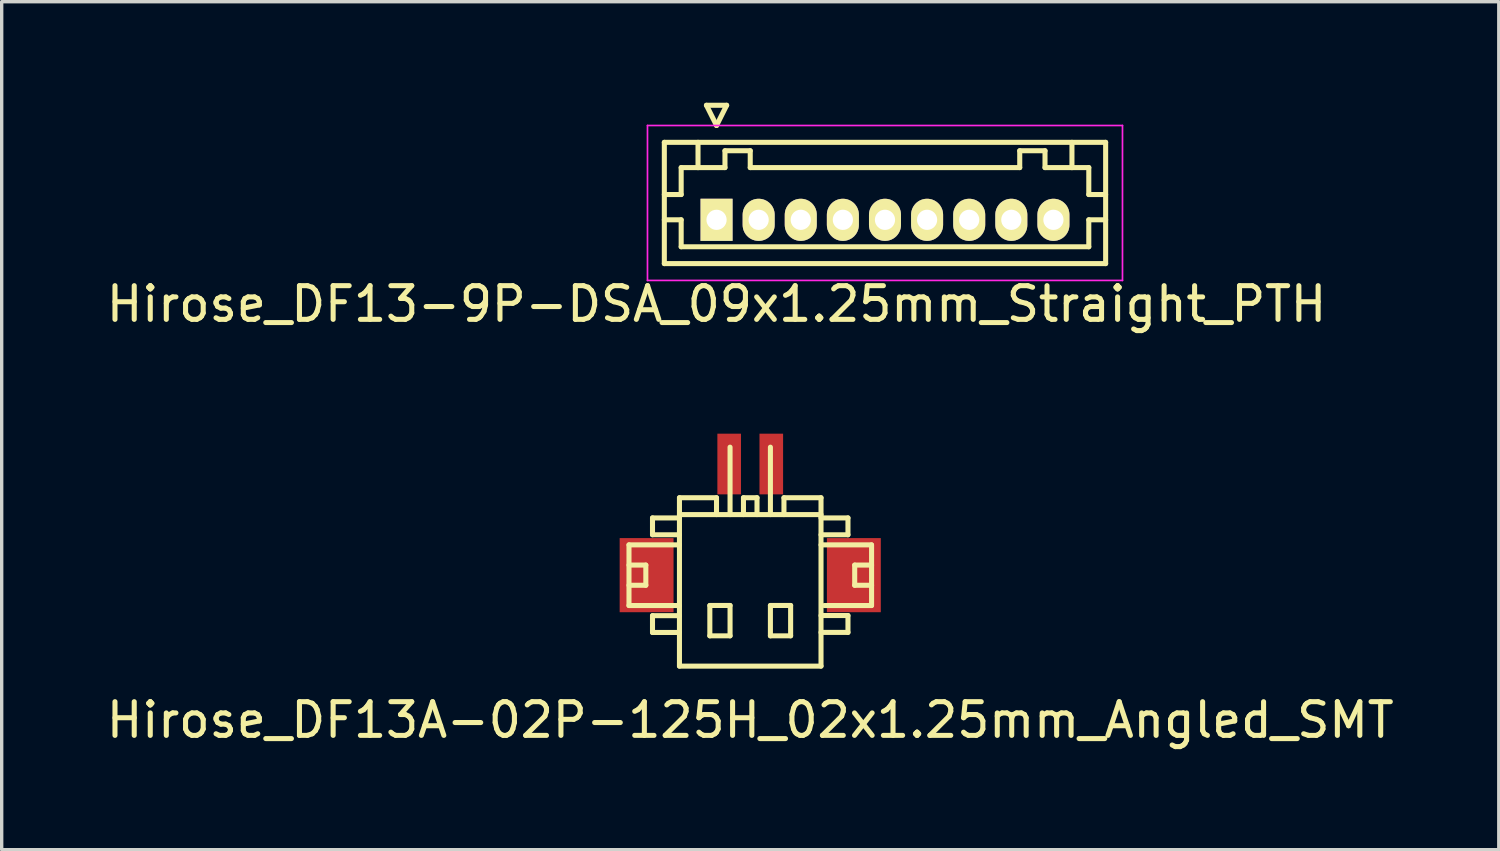
<source format=kicad_pcb>
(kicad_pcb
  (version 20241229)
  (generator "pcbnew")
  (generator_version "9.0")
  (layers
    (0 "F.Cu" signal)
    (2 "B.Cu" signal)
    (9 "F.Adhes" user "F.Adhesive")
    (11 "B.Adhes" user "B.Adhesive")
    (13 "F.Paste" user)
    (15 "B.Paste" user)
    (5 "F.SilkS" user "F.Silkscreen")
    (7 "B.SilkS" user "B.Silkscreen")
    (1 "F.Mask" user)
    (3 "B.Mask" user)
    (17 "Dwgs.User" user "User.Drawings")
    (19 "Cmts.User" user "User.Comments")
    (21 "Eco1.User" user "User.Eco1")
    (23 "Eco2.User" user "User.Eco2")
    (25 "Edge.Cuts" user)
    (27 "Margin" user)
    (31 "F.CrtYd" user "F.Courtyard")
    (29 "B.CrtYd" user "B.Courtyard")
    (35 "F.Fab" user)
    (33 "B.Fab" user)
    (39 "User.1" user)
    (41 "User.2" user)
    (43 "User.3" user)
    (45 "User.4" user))
  (footprint "Hirose_DF13-9P-DSA_09x1.25mm_Straight_PTH"
    (layer "F.Cu")
    (at 18.22 3.475)
    (property "Reference" "Hirose_DF13-9P-DSA_09x1.25mm_Straight_PTH" (at 0 2.5 0) (layer "F.SilkS") (effects (font (size 1 1) (thickness 0.15))))
    (attr through_hole)
    (fp_line (start -1.55 -2.3) (end -1.55 1.3) (stroke (width 0.15) (type solid)) (layer "F.SilkS"))
    (fp_line (start -1.55 -0.75) (end -1.05 -0.75) (stroke (width 0.15) (type solid)) (layer "F.SilkS"))
    (fp_line (start -1.55 0) (end -1.05 0) (stroke (width 0.15) (type solid)) (layer "F.SilkS"))
    (fp_line (start -1.55 1.3) (end 11.55 1.3) (stroke (width 0.15) (type solid)) (layer "F.SilkS"))
    (fp_line (start -1.05 -1.55) (end -0.55 -1.55) (stroke (width 0.15) (type solid)) (layer "F.SilkS"))
    (fp_line (start -1.05 -0.75) (end -1.05 -1.55) (stroke (width 0.15) (type solid)) (layer "F.SilkS"))
    (fp_line (start -1.05 0) (end -1.05 0.8) (stroke (width 0.15) (type solid)) (layer "F.SilkS"))
    (fp_line (start -1.05 0.8) (end 11.05 0.8) (stroke (width 0.15) (type solid)) (layer "F.SilkS"))
    (fp_line (start -0.55 -1.55) (end -0.55 -2.3) (stroke (width 0.15) (type solid)) (layer "F.SilkS"))
    (fp_line (start -0.55 -1.55) (end 0.25 -1.55) (stroke (width 0.15) (type solid)) (layer "F.SilkS"))
    (fp_line (start -0.3 -3.4) (end 0.3 -3.4) (stroke (width 0.15) (type solid)) (layer "F.SilkS"))
    (fp_line (start 0 -2.8) (end -0.3 -3.4) (stroke (width 0.15) (type solid)) (layer "F.SilkS"))
    (fp_line (start 0.25 -2.05) (end 1 -2.05) (stroke (width 0.15) (type solid)) (layer "F.SilkS"))
    (fp_line (start 0.25 -1.55) (end 0.25 -2.05) (stroke (width 0.15) (type solid)) (layer "F.SilkS"))
    (fp_line (start 0.3 -3.4) (end 0 -2.8) (stroke (width 0.15) (type solid)) (layer "F.SilkS"))
    (fp_line (start 1 -2.05) (end 1 -1.55) (stroke (width 0.15) (type solid)) (layer "F.SilkS"))
    (fp_line (start 1 -1.55) (end 9 -1.55) (stroke (width 0.15) (type solid)) (layer "F.SilkS"))
    (fp_line (start 9 -2.05) (end 9.75 -2.05) (stroke (width 0.15) (type solid)) (layer "F.SilkS"))
    (fp_line (start 9 -1.55) (end 9 -2.05) (stroke (width 0.15) (type solid)) (layer "F.SilkS"))
    (fp_line (start 9.75 -2.05) (end 9.75 -1.55) (stroke (width 0.15) (type solid)) (layer "F.SilkS"))
    (fp_line (start 9.75 -1.55) (end 10.55 -1.55) (stroke (width 0.15) (type solid)) (layer "F.SilkS"))
    (fp_line (start 10.55 -1.55) (end 10.55 -2.3) (stroke (width 0.15) (type solid)) (layer "F.SilkS"))
    (fp_line (start 11.05 -1.55) (end 10.55 -1.55) (stroke (width 0.15) (type solid)) (layer "F.SilkS"))
    (fp_line (start 11.05 -0.75) (end 11.05 -1.55) (stroke (width 0.15) (type solid)) (layer "F.SilkS"))
    (fp_line (start 11.05 0) (end 11.55 0) (stroke (width 0.15) (type solid)) (layer "F.SilkS"))
    (fp_line (start 11.05 0.8) (end 11.05 0) (stroke (width 0.15) (type solid)) (layer "F.SilkS"))
    (fp_line (start 11.55 -2.3) (end -1.55 -2.3) (stroke (width 0.15) (type solid)) (layer "F.SilkS"))
    (fp_line (start 11.55 -0.75) (end 11.05 -0.75) (stroke (width 0.15) (type solid)) (layer "F.SilkS"))
    (fp_line (start 11.55 1.3) (end 11.55 -2.3) (stroke (width 0.15) (type solid)) (layer "F.SilkS"))
    (fp_line (start -2.05 -2.8) (end -2.05 1.8) (stroke (width 0.05) (type solid)) (layer "F.CrtYd"))
    (fp_line (start -2.05 1.8) (end 12.05 1.8) (stroke (width 0.05) (type solid)) (layer "F.CrtYd"))
    (fp_line (start 12.05 -2.8) (end -2.05 -2.8) (stroke (width 0.05) (type solid)) (layer "F.CrtYd"))
    (fp_line (start 12.05 1.8) (end 12.05 -2.8) (stroke (width 0.05) (type solid)) (layer "F.CrtYd"))
    (pad "1" thru_hole rect (at 0 0) (size 0.95 1.25) (drill 0.6) (layers "*.Cu" "*.Mask" "F.SilkS"))
    (pad "2" thru_hole oval (at 1.25 0) (size 0.95 1.25) (drill 0.6) (layers "*.Cu" "*.Mask" "F.SilkS"))
    (pad "3" thru_hole oval (at 2.5 0) (size 0.95 1.25) (drill 0.6) (layers "*.Cu" "*.Mask" "F.SilkS"))
    (pad "4" thru_hole oval (at 3.75 0) (size 0.95 1.25) (drill 0.6) (layers "*.Cu" "*.Mask" "F.SilkS"))
    (pad "5" thru_hole oval (at 5 0) (size 0.95 1.25) (drill 0.6) (layers "*.Cu" "*.Mask" "F.SilkS"))
    (pad "6" thru_hole oval (at 6.25 0) (size 0.95 1.25) (drill 0.6) (layers "*.Cu" "*.Mask" "F.SilkS"))
    (pad "7" thru_hole oval (at 7.5 0) (size 0.95 1.25) (drill 0.6) (layers "*.Cu" "*.Mask" "F.SilkS"))
    (pad "8" thru_hole oval (at 8.75 0) (size 0.95 1.25) (drill 0.6) (layers "*.Cu" "*.Mask" "F.SilkS"))
    (pad "9" thru_hole oval (at 10 0) (size 0.95 1.25) (drill 0.6) (layers "*.Cu" "*.Mask" "F.SilkS")))
  (footprint "Hirose_DF13A-02P-125H_02x1.25mm_Angled_SMT"
    (layer "F.Cu")
    (at 19.22 14.224)
    (property "Reference" "Hirose_DF13A-02P-125H_02x1.25mm_Angled_SMT" (at 0 4.1 0) (layer "F.SilkS") (effects (font (size 1 1) (thickness 0.15))))
    (attr smd)
    (fp_line (start -3.599 -1.1) (end -3.599 0.701) (stroke (width 0.15) (type solid)) (layer "F.SilkS"))
    (fp_line (start -3.599 0.701) (end -2.101 0.701) (stroke (width 0.15) (type solid)) (layer "F.SilkS"))
    (fp_line (start -3.099 -0.5) (end -3.599 -0.5) (stroke (width 0.15) (type solid)) (layer "F.SilkS"))
    (fp_line (start -3.099 0.099) (end -3.599 0.099) (stroke (width 0.15) (type solid)) (layer "F.SilkS"))
    (fp_line (start -3.099 0.099) (end -3.099 -0.5) (stroke (width 0.15) (type solid)) (layer "F.SilkS"))
    (fp_line (start -2.901 -1.9) (end -2.901 -1.4) (stroke (width 0.15) (type solid)) (layer "F.SilkS"))
    (fp_line (start -2.901 -1.9) (end -2.101 -1.9) (stroke (width 0.15) (type solid)) (layer "F.SilkS"))
    (fp_line (start -2.901 1.001) (end -2.901 1.501) (stroke (width 0.15) (type solid)) (layer "F.SilkS"))
    (fp_line (start -2.901 1.501) (end -2.101 1.501) (stroke (width 0.15) (type solid)) (layer "F.SilkS"))
    (fp_line (start -2.101 -1.4) (end -2.901 -1.4) (stroke (width 0.15) (type solid)) (layer "F.SilkS"))
    (fp_line (start -2.101 -1.1) (end -3.599 -1.1) (stroke (width 0.15) (type solid)) (layer "F.SilkS"))
    (fp_line (start -2.101 1.001) (end -2.901 1.001) (stroke (width 0.15) (type solid)) (layer "F.SilkS"))
    (fp_line (start -2.101 2.499) (end -2.101 -2.499) (stroke (width 0.15) (type solid)) (layer "F.SilkS"))
    (fp_line (start -1.199 0.699) (end -1.199 1.6) (stroke (width 0.15) (type solid)) (layer "F.SilkS"))
    (fp_line (start -1.199 1.6) (end -0.599 1.6) (stroke (width 0.15) (type solid)) (layer "F.SilkS"))
    (fp_line (start -1.001 -2.499) (end -2.101 -2.499) (stroke (width 0.15) (type solid)) (layer "F.SilkS"))
    (fp_line (start -1.001 -2.499) (end -1.001 -1.999) (stroke (width 0.15) (type solid)) (layer "F.SilkS"))
    (fp_line (start -0.599 -4) (end -0.599 -1.999) (stroke (width 0.15) (type solid)) (layer "F.SilkS"))
    (fp_line (start -0.599 0.699) (end -1.199 0.699) (stroke (width 0.15) (type solid)) (layer "F.SilkS"))
    (fp_line (start -0.599 1.6) (end -0.599 0.699) (stroke (width 0.15) (type solid)) (layer "F.SilkS"))
    (fp_line (start -0.201 -2.499) (end -0.201 -1.999) (stroke (width 0.15) (type solid)) (layer "F.SilkS"))
    (fp_line (start 0.201 -2.499) (end -0.201 -2.499) (stroke (width 0.15) (type solid)) (layer "F.SilkS"))
    (fp_line (start 0.201 -2.499) (end 0.201 -1.999) (stroke (width 0.15) (type solid)) (layer "F.SilkS"))
    (fp_line (start 0.599 -1.999) (end 0.599 -4) (stroke (width 0.15) (type solid)) (layer "F.SilkS"))
    (fp_line (start 0.599 0.699) (end 1.199 0.699) (stroke (width 0.15) (type solid)) (layer "F.SilkS"))
    (fp_line (start 0.599 1.6) (end 0.599 0.699) (stroke (width 0.15) (type solid)) (layer "F.SilkS"))
    (fp_line (start 1.001 -2.499) (end 1.001 -1.999) (stroke (width 0.15) (type solid)) (layer "F.SilkS"))
    (fp_line (start 1.199 0.699) (end 1.199 1.6) (stroke (width 0.15) (type solid)) (layer "F.SilkS"))
    (fp_line (start 1.199 1.6) (end 0.599 1.6) (stroke (width 0.15) (type solid)) (layer "F.SilkS"))
    (fp_line (start 2.101 -2.499) (end 1.001 -2.499) (stroke (width 0.15) (type solid)) (layer "F.SilkS"))
    (fp_line (start 2.101 -2.499) (end 2.101 2.499) (stroke (width 0.15) (type solid)) (layer "F.SilkS"))
    (fp_line (start 2.101 -1.999) (end -2.101 -1.999) (stroke (width 0.15) (type solid)) (layer "F.SilkS"))
    (fp_line (start 2.101 -1.9) (end 2.901 -1.9) (stroke (width 0.15) (type solid)) (layer "F.SilkS"))
    (fp_line (start 2.101 0.998) (end 2.901 0.998) (stroke (width 0.15) (type solid)) (layer "F.SilkS"))
    (fp_line (start 2.101 2.499) (end -2.101 2.499) (stroke (width 0.15) (type solid)) (layer "F.SilkS"))
    (fp_line (start 2.901 -1.9) (end 2.901 -1.4) (stroke (width 0.15) (type solid)) (layer "F.SilkS"))
    (fp_line (start 2.901 -1.4) (end 2.101 -1.4) (stroke (width 0.15) (type solid)) (layer "F.SilkS"))
    (fp_line (start 2.901 0.998) (end 2.901 1.499) (stroke (width 0.15) (type solid)) (layer "F.SilkS"))
    (fp_line (start 2.901 1.499) (end 2.101 1.499) (stroke (width 0.15) (type solid)) (layer "F.SilkS"))
    (fp_line (start 3.101 0.099) (end 3.101 -0.5) (stroke (width 0.15) (type solid)) (layer "F.SilkS"))
    (fp_line (start 3.599 -1.1) (end 2.101 -1.1) (stroke (width 0.15) (type solid)) (layer "F.SilkS"))
    (fp_line (start 3.599 0.701) (end 2.2 0.701) (stroke (width 0.15) (type solid)) (layer "F.SilkS"))
    (fp_line (start 3.602 -1.1) (end 3.602 0.701) (stroke (width 0.15) (type solid)) (layer "F.SilkS"))
    (fp_line (start 3.602 -0.5) (end 3.101 -0.5) (stroke (width 0.15) (type solid)) (layer "F.SilkS"))
    (fp_line (start 3.602 0.099) (end 3.101 0.099) (stroke (width 0.15) (type solid)) (layer "F.SilkS"))
    (pad "" smd rect (at -3.076 -0.201) (size 1.6 2.2) (layers "F.Cu" "F.Mask" "F.Paste"))
    (pad "" smd rect (at 3.076 -0.201) (size 1.6 2.2) (layers "F.Cu" "F.Mask" "F.Paste"))
    (pad "1" smd rect (at 0.625 -3.5) (size 0.701 1.801) (layers "F.Cu" "F.Mask" "F.Paste"))
    (pad "2" smd rect (at -0.625 -3.5) (size 0.701 1.801) (layers "F.Cu" "F.Mask" "F.Paste")))
  (gr_rect
    (start -3 -3)
    (end 41.44 22.172)
    (stroke (width 0.1) (type default))
    (fill no)
    (layer "Edge.Cuts")))
</source>
